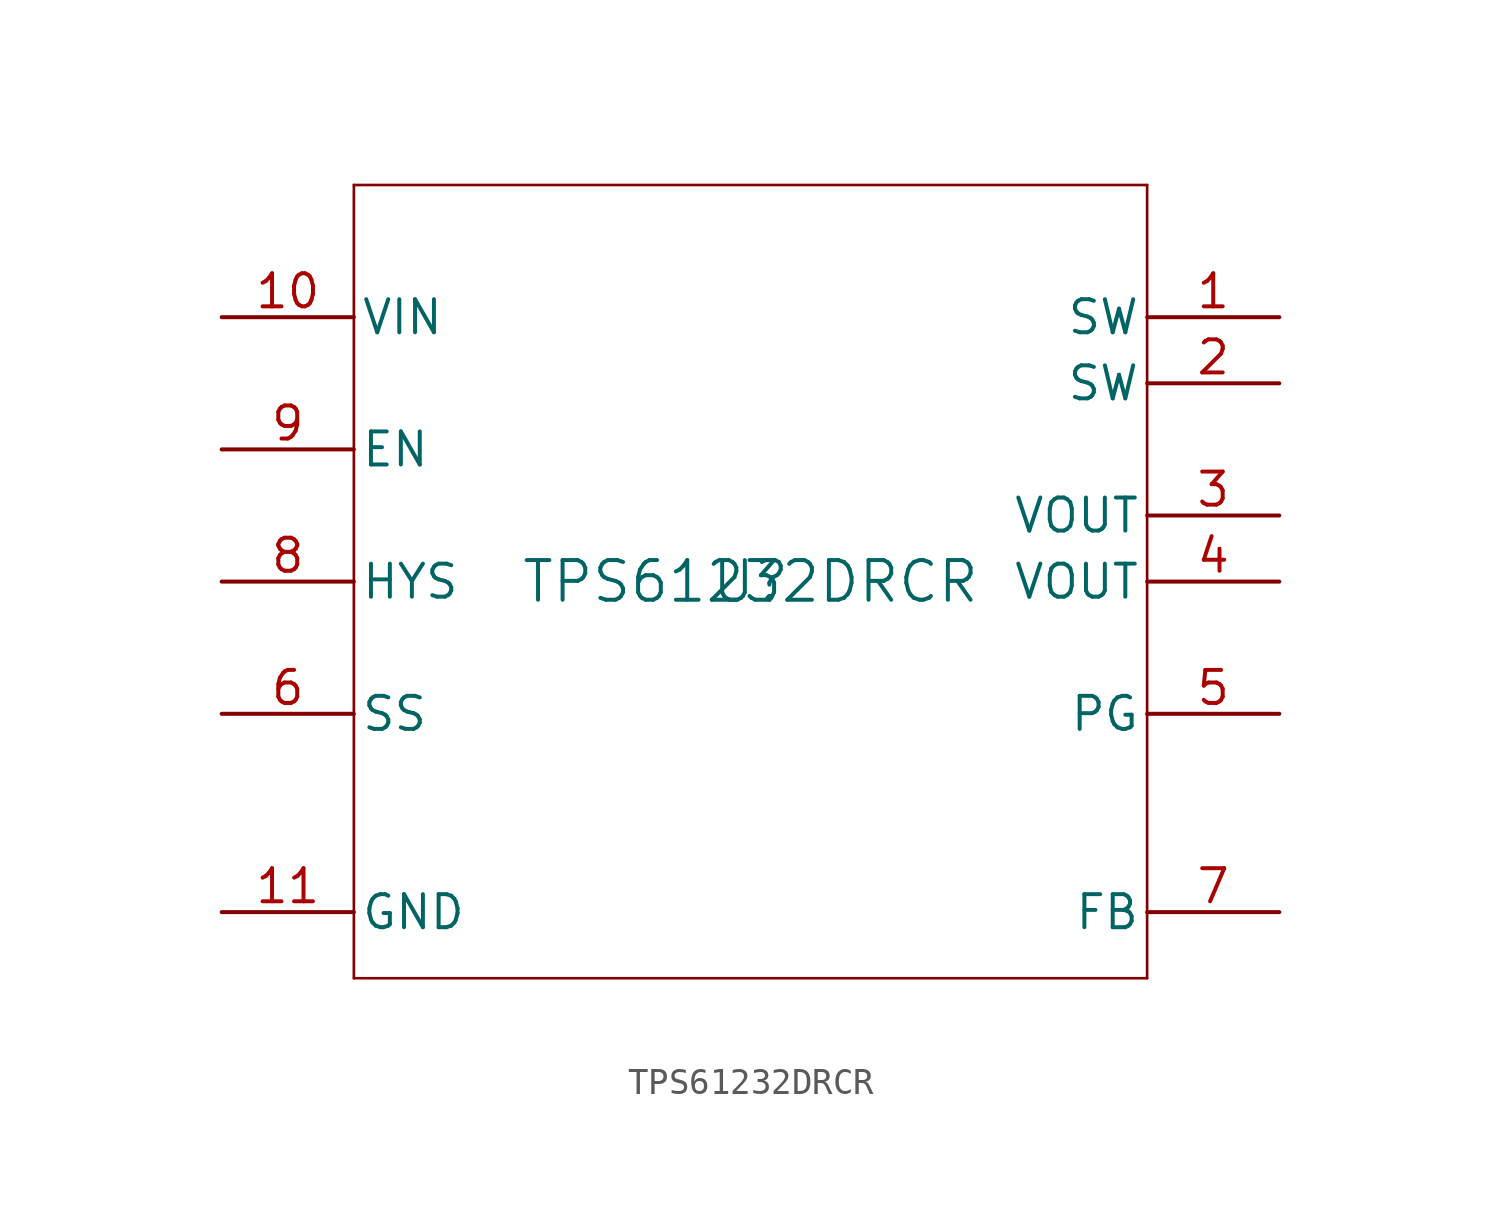
<source format=kicad_sym>
(kicad_symbol_lib
  (version 20211014)
  (generator kicad_symbol_editor)
  (symbol "TPS61232DRCR"
    (pin_names
      (offset 0.254))
    (property "Reference" "U"
      (at 0 0 0)
      (effects (font (size 1.524 1.524))))
    (property "Value" "TPS61232DRCR"
      (at 0 0 0)
      (effects (font (size 1.524 1.524))))
    (symbol "TPS61232DRCR_0_1"
      (polyline (pts (xy -15.24 -15.24) (xy 15.24 -15.24)) (stroke (width 0.102) (type default) (color 0 0 0 0)) (fill (type none)))
      (polyline (pts (xy 15.24 -15.24) (xy 15.24 15.24)) (stroke (width 0.102) (type default) (color 0 0 0 0)) (fill (type none)))
      (polyline (pts (xy 15.24 15.24) (xy -15.24 15.24)) (stroke (width 0.102) (type default) (color 0 0 0 0)) (fill (type none)))
      (polyline (pts (xy -15.24 15.24) (xy -15.24 -15.24)) (stroke (width 0.102) (type default) (color 0 0 0 0)) (fill (type none)))
      (pin power_in line (at 20.32 10.16 180) (length 5.08) (name "SW" (effects (font (size 1.27 1.27)))) (number "1" (effects (font (size 1.27 1.27)))))
      (pin power_in line (at 20.32 7.62 180) (length 5.08) (name "SW" (effects (font (size 1.27 1.27)))) (number "2" (effects (font (size 1.27 1.27)))))
      (pin power_in line (at 20.32 2.54 180) (length 5.08) (name "VOUT" (effects (font (size 1.27 1.27)))) (number "3" (effects (font (size 1.27 1.27)))))
      (pin power_in line (at 20.32 0 180) (length 5.08) (name "VOUT" (effects (font (size 1.27 1.27)))) (number "4" (effects (font (size 1.27 1.27)))))
      (pin output line (at 20.32 -5.08 180) (length 5.08) (name "PG" (effects (font (size 1.27 1.27)))) (number "5" (effects (font (size 1.27 1.27)))))
      (pin input line (at -20.32 -5.08 0) (length 5.08) (name "SS" (effects (font (size 1.27 1.27)))) (number "6" (effects (font (size 1.27 1.27)))))
      (pin input line (at 20.32 -12.7 180) (length 5.08) (name "FB" (effects (font (size 1.27 1.27)))) (number "7" (effects (font (size 1.27 1.27)))))
      (pin output line (at -20.32 0 0) (length 5.08) (name "HYS" (effects (font (size 1.27 1.27)))) (number "8" (effects (font (size 1.27 1.27)))))
      (pin input line (at -20.32 5.08 0) (length 5.08) (name "EN" (effects (font (size 1.27 1.27)))) (number "9" (effects (font (size 1.27 1.27)))))
      (pin power_in line (at -20.32 10.16 0) (length 5.08) (name "VIN" (effects (font (size 1.27 1.27)))) (number "10" (effects (font (size 1.27 1.27)))))
      (pin power_in line (at -20.32 -12.7 0) (length 5.08) (name "GND" (effects (font (size 1.27 1.27)))) (number "11" (effects (font (size 1.27 1.27))))))))
</source>
